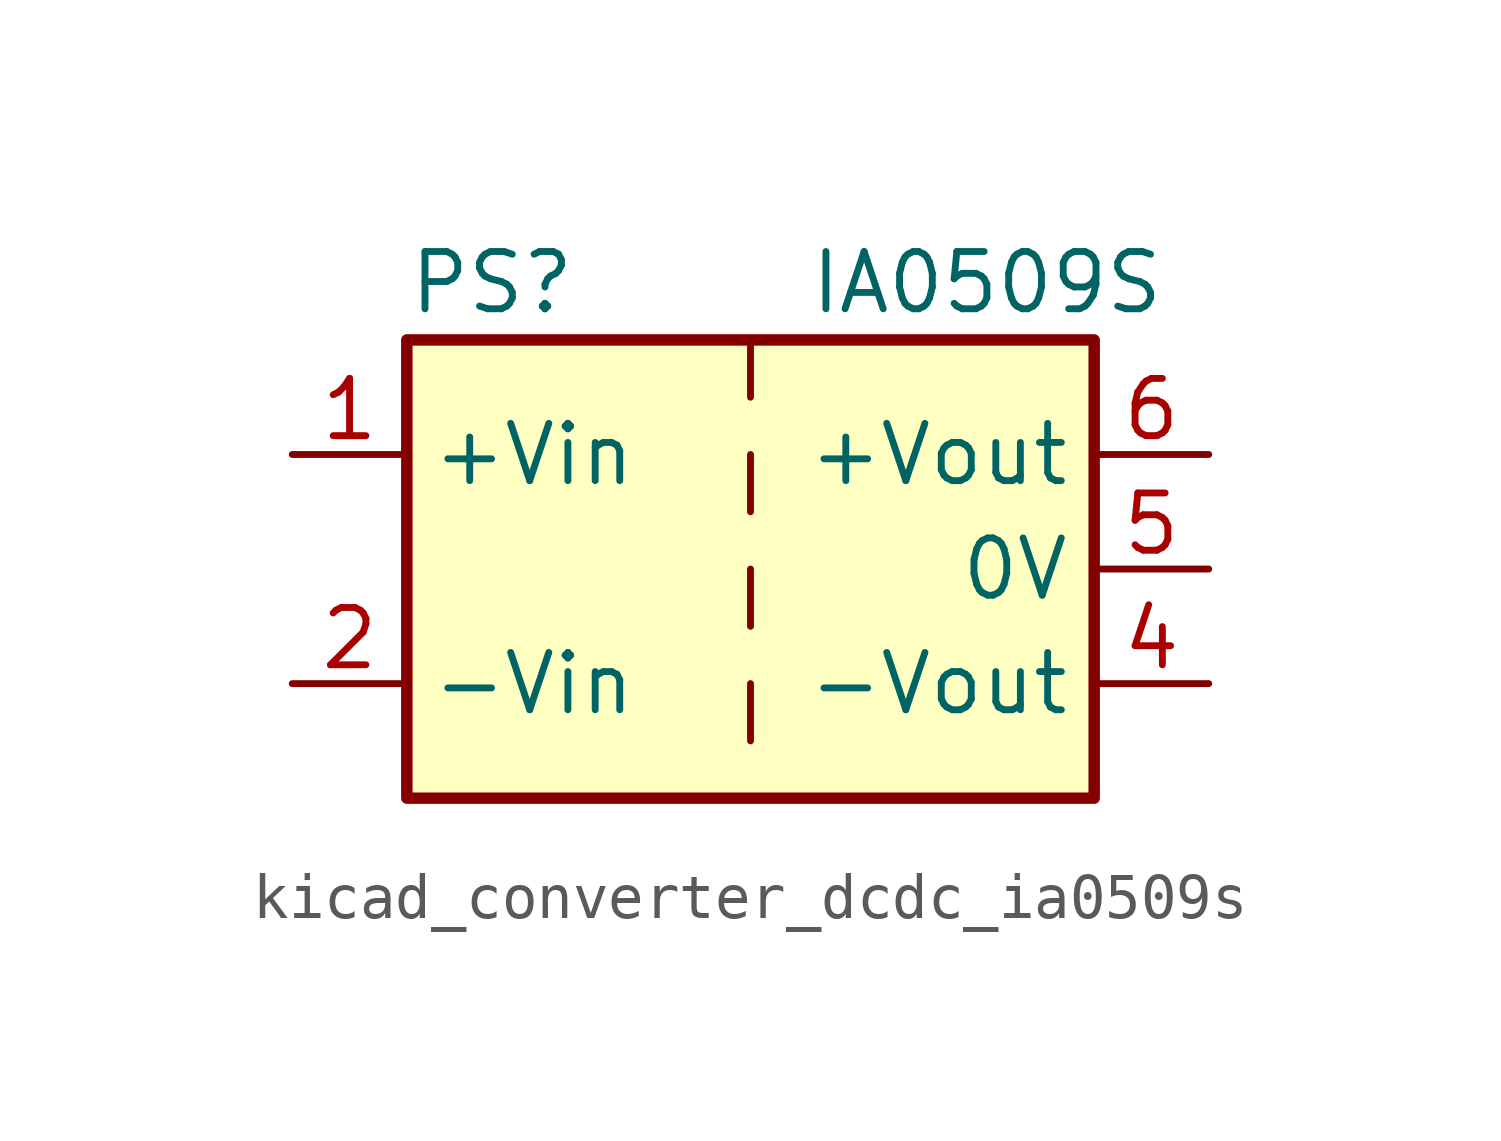
<source format=kicad_sym>
(kicad_symbol_lib
  (version 20220914)
  (generator kicad_symbol_editor)
  (symbol "kicad_converter_dcdc_ia0509s"
    (property "Reference" "PS"
      (at -7.62 6.35 0)
      (effects (font (size 1.27 1.27)) (justify left)))
    (property "Value" "IA0509S"
      (at 1.27 6.35 0)
      (effects (font (size 1.27 1.27)) (justify left)))
    (symbol "kicad_converter_dcdc_ia0509s_0_0"
      (pin power_in line (at -10.16 2.54 0) (length 2.54) (name "+Vin" (effects (font (size 1.27 1.27)))) (number "1" (effects (font (size 1.27 1.27)))))
      (pin power_in line (at -10.16 -2.54 0) (length 2.54) (name "-Vin" (effects (font (size 1.27 1.27)))) (number "2" (effects (font (size 1.27 1.27)))))
      (pin power_out line (at 10.16 -2.54 180) (length 2.54) (name "-Vout" (effects (font (size 1.27 1.27)))) (number "4" (effects (font (size 1.27 1.27)))))
      (pin power_out line (at 10.16 0 180) (length 2.54) (name "0V" (effects (font (size 1.27 1.27)))) (number "5" (effects (font (size 1.27 1.27)))))
      (pin power_out line (at 10.16 2.54 180) (length 2.54) (name "+Vout" (effects (font (size 1.27 1.27)))) (number "6" (effects (font (size 1.27 1.27))))))
    (symbol "kicad_converter_dcdc_ia0509s_0_1"
      (rectangle (start -7.62 5.08) (end 7.62 -5.08) (stroke (width 0.254) (type default)) (fill (type background)))
      (polyline (pts (xy 0 -2.54) (xy 0 -3.81)) (stroke (width 0) (type default)) (fill (type none)))
      (polyline (pts (xy 0 0) (xy 0 -1.27)) (stroke (width 0) (type default)) (fill (type none)))
      (polyline (pts (xy 0 2.54) (xy 0 1.27)) (stroke (width 0) (type default)) (fill (type none)))
      (polyline (pts (xy 0 5.08) (xy 0 3.81)) (stroke (width 0) (type default)) (fill (type none))))))
</source>
